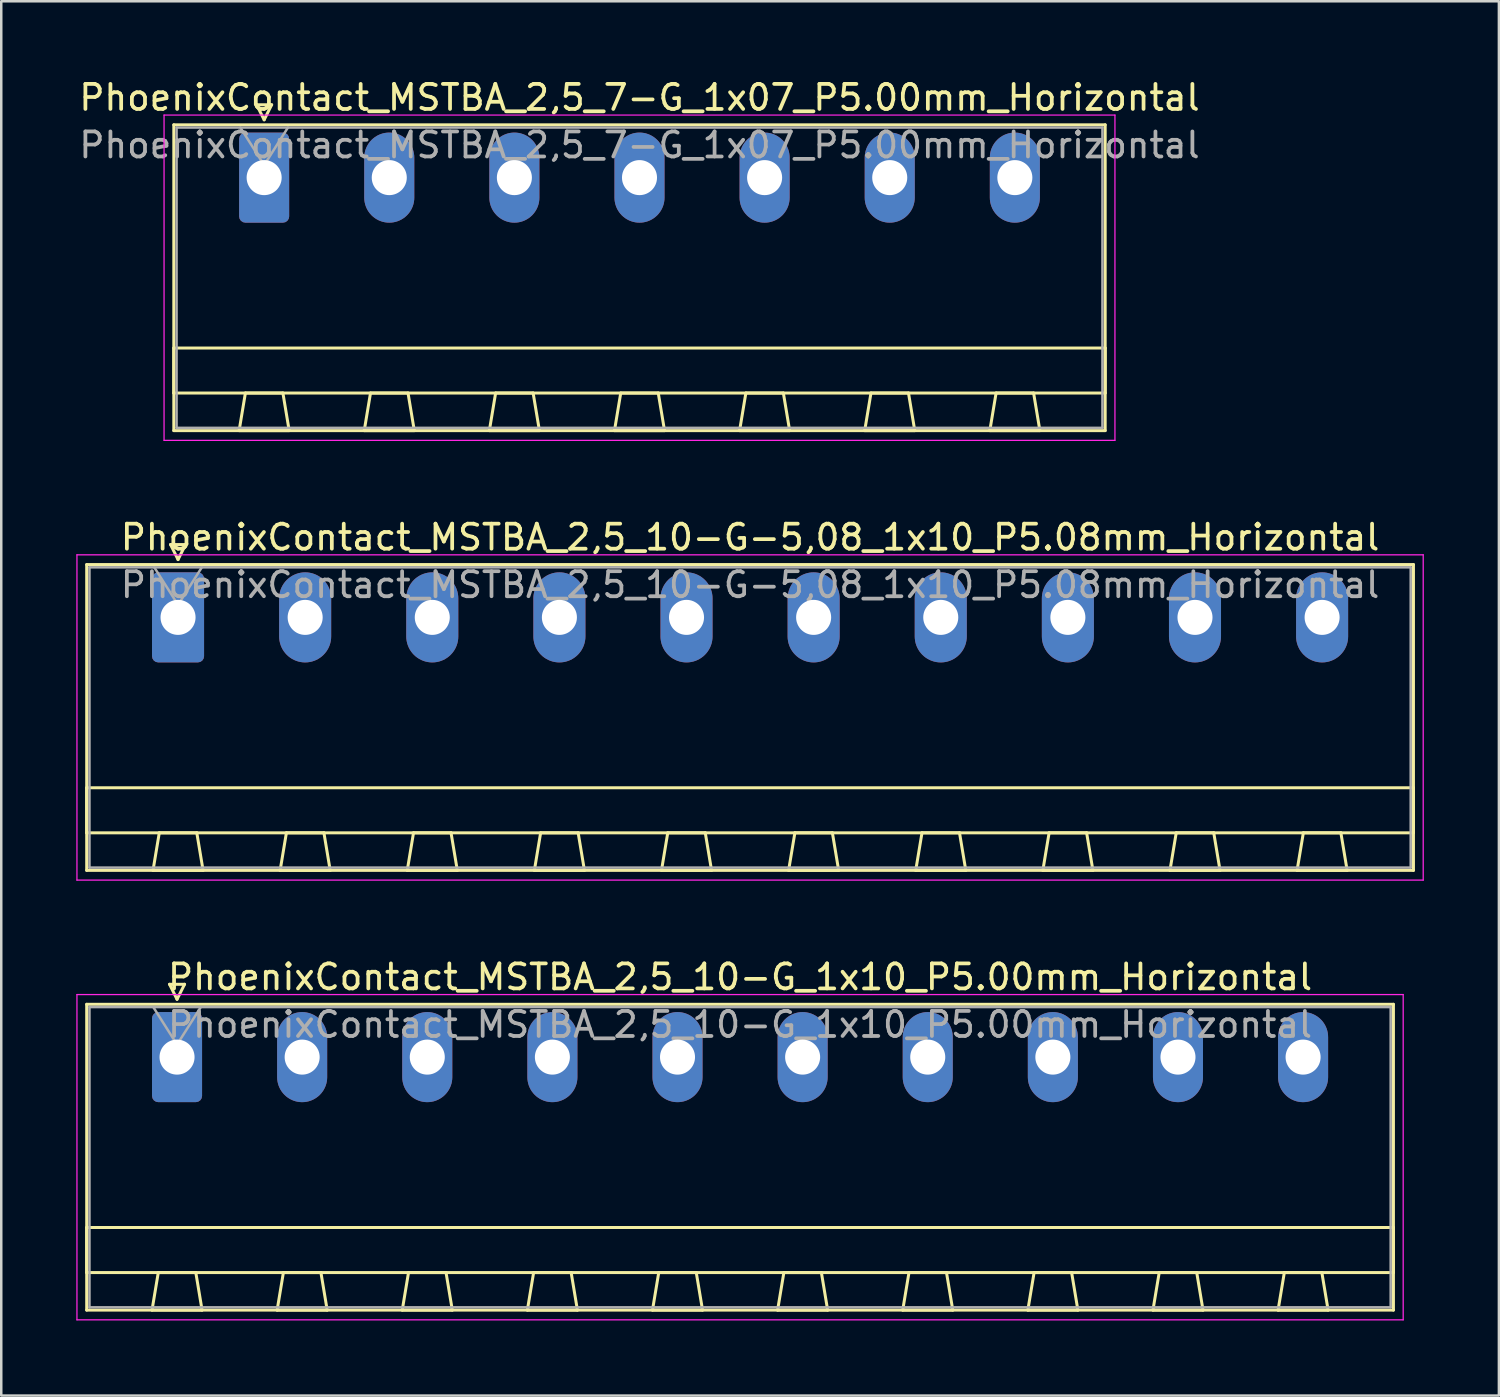
<source format=kicad_pcb>
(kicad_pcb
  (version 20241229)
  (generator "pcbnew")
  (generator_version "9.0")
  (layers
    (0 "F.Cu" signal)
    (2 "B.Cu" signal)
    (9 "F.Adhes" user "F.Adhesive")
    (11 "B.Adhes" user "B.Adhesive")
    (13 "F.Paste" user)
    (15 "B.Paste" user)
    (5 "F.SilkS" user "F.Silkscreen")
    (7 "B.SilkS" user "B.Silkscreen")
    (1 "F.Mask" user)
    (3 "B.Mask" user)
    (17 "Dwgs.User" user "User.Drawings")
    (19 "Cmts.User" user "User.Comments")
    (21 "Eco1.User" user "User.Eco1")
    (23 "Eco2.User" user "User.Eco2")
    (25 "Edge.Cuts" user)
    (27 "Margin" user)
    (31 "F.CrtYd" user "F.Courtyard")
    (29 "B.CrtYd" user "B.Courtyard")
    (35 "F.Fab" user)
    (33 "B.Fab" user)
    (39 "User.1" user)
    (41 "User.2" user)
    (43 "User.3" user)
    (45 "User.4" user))
  (footprint "PhoenixContact_MSTBA_2,5_7-G_1x07_P5.00mm_Horizontal"
    (layer "F.Cu")
    (at 7.506 4.048)
    (property "Reference" "PhoenixContact_MSTBA_2,5_7-G_1x07_P5.00mm_Horizontal" (at 15 -3.2 0) (layer "F.SilkS") (effects (font (size 1 1) (thickness 0.15))))
    (attr through_hole)
    (fp_line (start -3.61 -2.11) (end -3.61 10.11) (stroke (width 0.12) (type solid)) (layer "F.SilkS"))
    (fp_line (start -3.61 6.81) (end 33.61 6.81) (stroke (width 0.12) (type solid)) (layer "F.SilkS"))
    (fp_line (start -3.61 8.61) (end -3.61 6.81) (stroke (width 0.12) (type solid)) (layer "F.SilkS"))
    (fp_line (start -3.61 10.11) (end 33.61 10.11) (stroke (width 0.12) (type solid)) (layer "F.SilkS"))
    (fp_line (start -1 10.11) (end 1 10.11) (stroke (width 0.12) (type solid)) (layer "F.SilkS"))
    (fp_line (start -0.75 8.61) (end -1 10.11) (stroke (width 0.12) (type solid)) (layer "F.SilkS"))
    (fp_line (start -0.3 -2.91) (end 0.3 -2.91) (stroke (width 0.12) (type solid)) (layer "F.SilkS"))
    (fp_line (start 0 -2.31) (end -0.3 -2.91) (stroke (width 0.12) (type solid)) (layer "F.SilkS"))
    (fp_line (start 0.3 -2.91) (end 0 -2.31) (stroke (width 0.12) (type solid)) (layer "F.SilkS"))
    (fp_line (start 0.75 8.61) (end -0.75 8.61) (stroke (width 0.12) (type solid)) (layer "F.SilkS"))
    (fp_line (start 1 10.11) (end 0.75 8.61) (stroke (width 0.12) (type solid)) (layer "F.SilkS"))
    (fp_line (start 4 10.11) (end 6 10.11) (stroke (width 0.12) (type solid)) (layer "F.SilkS"))
    (fp_line (start 4.25 8.61) (end 4 10.11) (stroke (width 0.12) (type solid)) (layer "F.SilkS"))
    (fp_line (start 5.75 8.61) (end 4.25 8.61) (stroke (width 0.12) (type solid)) (layer "F.SilkS"))
    (fp_line (start 6 10.11) (end 5.75 8.61) (stroke (width 0.12) (type solid)) (layer "F.SilkS"))
    (fp_line (start 9 10.11) (end 11 10.11) (stroke (width 0.12) (type solid)) (layer "F.SilkS"))
    (fp_line (start 9.25 8.61) (end 9 10.11) (stroke (width 0.12) (type solid)) (layer "F.SilkS"))
    (fp_line (start 10.75 8.61) (end 9.25 8.61) (stroke (width 0.12) (type solid)) (layer "F.SilkS"))
    (fp_line (start 11 10.11) (end 10.75 8.61) (stroke (width 0.12) (type solid)) (layer "F.SilkS"))
    (fp_line (start 14 10.11) (end 16 10.11) (stroke (width 0.12) (type solid)) (layer "F.SilkS"))
    (fp_line (start 14.25 8.61) (end 14 10.11) (stroke (width 0.12) (type solid)) (layer "F.SilkS"))
    (fp_line (start 15.75 8.61) (end 14.25 8.61) (stroke (width 0.12) (type solid)) (layer "F.SilkS"))
    (fp_line (start 16 10.11) (end 15.75 8.61) (stroke (width 0.12) (type solid)) (layer "F.SilkS"))
    (fp_line (start 19 10.11) (end 21 10.11) (stroke (width 0.12) (type solid)) (layer "F.SilkS"))
    (fp_line (start 19.25 8.61) (end 19 10.11) (stroke (width 0.12) (type solid)) (layer "F.SilkS"))
    (fp_line (start 20.75 8.61) (end 19.25 8.61) (stroke (width 0.12) (type solid)) (layer "F.SilkS"))
    (fp_line (start 21 10.11) (end 20.75 8.61) (stroke (width 0.12) (type solid)) (layer "F.SilkS"))
    (fp_line (start 24 10.11) (end 26 10.11) (stroke (width 0.12) (type solid)) (layer "F.SilkS"))
    (fp_line (start 24.25 8.61) (end 24 10.11) (stroke (width 0.12) (type solid)) (layer "F.SilkS"))
    (fp_line (start 25.75 8.61) (end 24.25 8.61) (stroke (width 0.12) (type solid)) (layer "F.SilkS"))
    (fp_line (start 26 10.11) (end 25.75 8.61) (stroke (width 0.12) (type solid)) (layer "F.SilkS"))
    (fp_line (start 29 10.11) (end 31 10.11) (stroke (width 0.12) (type solid)) (layer "F.SilkS"))
    (fp_line (start 29.25 8.61) (end 29 10.11) (stroke (width 0.12) (type solid)) (layer "F.SilkS"))
    (fp_line (start 30.75 8.61) (end 29.25 8.61) (stroke (width 0.12) (type solid)) (layer "F.SilkS"))
    (fp_line (start 31 10.11) (end 30.75 8.61) (stroke (width 0.12) (type solid)) (layer "F.SilkS"))
    (fp_line (start 33.61 -2.11) (end -3.61 -2.11) (stroke (width 0.12) (type solid)) (layer "F.SilkS"))
    (fp_line (start 33.61 6.81) (end 33.61 8.61) (stroke (width 0.12) (type solid)) (layer "F.SilkS"))
    (fp_line (start 33.61 8.61) (end -3.61 8.61) (stroke (width 0.12) (type solid)) (layer "F.SilkS"))
    (fp_line (start 33.61 10.11) (end 33.61 -2.11) (stroke (width 0.12) (type solid)) (layer "F.SilkS"))
    (fp_line (start -4 -2.5) (end -4 10.5) (stroke (width 0.05) (type solid)) (layer "F.CrtYd"))
    (fp_line (start -4 10.5) (end 34 10.5) (stroke (width 0.05) (type solid)) (layer "F.CrtYd"))
    (fp_line (start 34 -2.5) (end -4 -2.5) (stroke (width 0.05) (type solid)) (layer "F.CrtYd"))
    (fp_line (start 34 10.5) (end 34 -2.5) (stroke (width 0.05) (type solid)) (layer "F.CrtYd"))
    (fp_line (start -3.5 -2) (end -3.5 10) (stroke (width 0.1) (type solid)) (layer "F.Fab"))
    (fp_line (start -3.5 10) (end 33.5 10) (stroke (width 0.1) (type solid)) (layer "F.Fab"))
    (fp_line (start 0 -0.5) (end -0.95 -2) (stroke (width 0.1) (type solid)) (layer "F.Fab"))
    (fp_line (start 0.95 -2) (end 0 -0.5) (stroke (width 0.1) (type solid)) (layer "F.Fab"))
    (fp_line (start 33.5 -2) (end -3.5 -2) (stroke (width 0.1) (type solid)) (layer "F.Fab"))
    (fp_line (start 33.5 10) (end 33.5 -2) (stroke (width 0.1) (type solid)) (layer "F.Fab"))
    (fp_text user "${REFERENCE}" (at 15 -1.3 0) (layer "F.Fab") (effects (font (size 1 1) (thickness 0.15))))
    (pad "1" thru_hole roundrect (at 0 0) (size 2 3.6) (drill 1.4) (layers "*.Cu" "*.Mask") (roundrect_rratio 0.125))
    (pad "2" thru_hole oval (at 5 0) (size 2 3.6) (drill 1.4) (layers "*.Cu" "*.Mask"))
    (pad "3" thru_hole oval (at 10 0) (size 2 3.6) (drill 1.4) (layers "*.Cu" "*.Mask"))
    (pad "4" thru_hole oval (at 15 0) (size 2 3.6) (drill 1.4) (layers "*.Cu" "*.Mask"))
    (pad "5" thru_hole oval (at 20 0) (size 2 3.6) (drill 1.4) (layers "*.Cu" "*.Mask"))
    (pad "6" thru_hole oval (at 25 0) (size 2 3.6) (drill 1.4) (layers "*.Cu" "*.Mask"))
    (pad "7" thru_hole oval (at 30 0) (size 2 3.6) (drill 1.4) (layers "*.Cu" "*.Mask")))
  (footprint "PhoenixContact_MSTBA_2,5_10-G-5,08_1x10_P5.08mm_Horizontal"
    (layer "F.Cu")
    (at 4.065 21.622)
    (property "Reference" "PhoenixContact_MSTBA_2,5_10-G-5,08_1x10_P5.08mm_Horizontal" (at 22.86 -3.2 0) (layer "F.SilkS") (effects (font (size 1 1) (thickness 0.15))))
    (attr through_hole)
    (fp_line (start -3.65 -2.11) (end -3.65 10.11) (stroke (width 0.12) (type solid)) (layer "F.SilkS"))
    (fp_line (start -3.65 6.81) (end 49.37 6.81) (stroke (width 0.12) (type solid)) (layer "F.SilkS"))
    (fp_line (start -3.65 8.61) (end -3.65 6.81) (stroke (width 0.12) (type solid)) (layer "F.SilkS"))
    (fp_line (start -3.65 10.11) (end 49.37 10.11) (stroke (width 0.12) (type solid)) (layer "F.SilkS"))
    (fp_line (start -1 10.11) (end 1 10.11) (stroke (width 0.12) (type solid)) (layer "F.SilkS"))
    (fp_line (start -0.75 8.61) (end -1 10.11) (stroke (width 0.12) (type solid)) (layer "F.SilkS"))
    (fp_line (start -0.3 -2.91) (end 0.3 -2.91) (stroke (width 0.12) (type solid)) (layer "F.SilkS"))
    (fp_line (start 0 -2.31) (end -0.3 -2.91) (stroke (width 0.12) (type solid)) (layer "F.SilkS"))
    (fp_line (start 0.3 -2.91) (end 0 -2.31) (stroke (width 0.12) (type solid)) (layer "F.SilkS"))
    (fp_line (start 0.75 8.61) (end -0.75 8.61) (stroke (width 0.12) (type solid)) (layer "F.SilkS"))
    (fp_line (start 1 10.11) (end 0.75 8.61) (stroke (width 0.12) (type solid)) (layer "F.SilkS"))
    (fp_line (start 4.08 10.11) (end 6.08 10.11) (stroke (width 0.12) (type solid)) (layer "F.SilkS"))
    (fp_line (start 4.33 8.61) (end 4.08 10.11) (stroke (width 0.12) (type solid)) (layer "F.SilkS"))
    (fp_line (start 5.83 8.61) (end 4.33 8.61) (stroke (width 0.12) (type solid)) (layer "F.SilkS"))
    (fp_line (start 6.08 10.11) (end 5.83 8.61) (stroke (width 0.12) (type solid)) (layer "F.SilkS"))
    (fp_line (start 9.16 10.11) (end 11.16 10.11) (stroke (width 0.12) (type solid)) (layer "F.SilkS"))
    (fp_line (start 9.41 8.61) (end 9.16 10.11) (stroke (width 0.12) (type solid)) (layer "F.SilkS"))
    (fp_line (start 10.91 8.61) (end 9.41 8.61) (stroke (width 0.12) (type solid)) (layer "F.SilkS"))
    (fp_line (start 11.16 10.11) (end 10.91 8.61) (stroke (width 0.12) (type solid)) (layer "F.SilkS"))
    (fp_line (start 14.24 10.11) (end 16.24 10.11) (stroke (width 0.12) (type solid)) (layer "F.SilkS"))
    (fp_line (start 14.49 8.61) (end 14.24 10.11) (stroke (width 0.12) (type solid)) (layer "F.SilkS"))
    (fp_line (start 15.99 8.61) (end 14.49 8.61) (stroke (width 0.12) (type solid)) (layer "F.SilkS"))
    (fp_line (start 16.24 10.11) (end 15.99 8.61) (stroke (width 0.12) (type solid)) (layer "F.SilkS"))
    (fp_line (start 19.32 10.11) (end 21.32 10.11) (stroke (width 0.12) (type solid)) (layer "F.SilkS"))
    (fp_line (start 19.57 8.61) (end 19.32 10.11) (stroke (width 0.12) (type solid)) (layer "F.SilkS"))
    (fp_line (start 21.07 8.61) (end 19.57 8.61) (stroke (width 0.12) (type solid)) (layer "F.SilkS"))
    (fp_line (start 21.32 10.11) (end 21.07 8.61) (stroke (width 0.12) (type solid)) (layer "F.SilkS"))
    (fp_line (start 24.4 10.11) (end 26.4 10.11) (stroke (width 0.12) (type solid)) (layer "F.SilkS"))
    (fp_line (start 24.65 8.61) (end 24.4 10.11) (stroke (width 0.12) (type solid)) (layer "F.SilkS"))
    (fp_line (start 26.15 8.61) (end 24.65 8.61) (stroke (width 0.12) (type solid)) (layer "F.SilkS"))
    (fp_line (start 26.4 10.11) (end 26.15 8.61) (stroke (width 0.12) (type solid)) (layer "F.SilkS"))
    (fp_line (start 29.48 10.11) (end 31.48 10.11) (stroke (width 0.12) (type solid)) (layer "F.SilkS"))
    (fp_line (start 29.73 8.61) (end 29.48 10.11) (stroke (width 0.12) (type solid)) (layer "F.SilkS"))
    (fp_line (start 31.23 8.61) (end 29.73 8.61) (stroke (width 0.12) (type solid)) (layer "F.SilkS"))
    (fp_line (start 31.48 10.11) (end 31.23 8.61) (stroke (width 0.12) (type solid)) (layer "F.SilkS"))
    (fp_line (start 34.56 10.11) (end 36.56 10.11) (stroke (width 0.12) (type solid)) (layer "F.SilkS"))
    (fp_line (start 34.81 8.61) (end 34.56 10.11) (stroke (width 0.12) (type solid)) (layer "F.SilkS"))
    (fp_line (start 36.31 8.61) (end 34.81 8.61) (stroke (width 0.12) (type solid)) (layer "F.SilkS"))
    (fp_line (start 36.56 10.11) (end 36.31 8.61) (stroke (width 0.12) (type solid)) (layer "F.SilkS"))
    (fp_line (start 39.64 10.11) (end 41.64 10.11) (stroke (width 0.12) (type solid)) (layer "F.SilkS"))
    (fp_line (start 39.89 8.61) (end 39.64 10.11) (stroke (width 0.12) (type solid)) (layer "F.SilkS"))
    (fp_line (start 41.39 8.61) (end 39.89 8.61) (stroke (width 0.12) (type solid)) (layer "F.SilkS"))
    (fp_line (start 41.64 10.11) (end 41.39 8.61) (stroke (width 0.12) (type solid)) (layer "F.SilkS"))
    (fp_line (start 44.72 10.11) (end 46.72 10.11) (stroke (width 0.12) (type solid)) (layer "F.SilkS"))
    (fp_line (start 44.97 8.61) (end 44.72 10.11) (stroke (width 0.12) (type solid)) (layer "F.SilkS"))
    (fp_line (start 46.47 8.61) (end 44.97 8.61) (stroke (width 0.12) (type solid)) (layer "F.SilkS"))
    (fp_line (start 46.72 10.11) (end 46.47 8.61) (stroke (width 0.12) (type solid)) (layer "F.SilkS"))
    (fp_line (start 49.37 -2.11) (end -3.65 -2.11) (stroke (width 0.12) (type solid)) (layer "F.SilkS"))
    (fp_line (start 49.37 6.81) (end 49.37 8.61) (stroke (width 0.12) (type solid)) (layer "F.SilkS"))
    (fp_line (start 49.37 8.61) (end -3.65 8.61) (stroke (width 0.12) (type solid)) (layer "F.SilkS"))
    (fp_line (start 49.37 10.11) (end 49.37 -2.11) (stroke (width 0.12) (type solid)) (layer "F.SilkS"))
    (fp_line (start -4.04 -2.5) (end -4.04 10.5) (stroke (width 0.05) (type solid)) (layer "F.CrtYd"))
    (fp_line (start -4.04 10.5) (end 49.76 10.5) (stroke (width 0.05) (type solid)) (layer "F.CrtYd"))
    (fp_line (start 49.76 -2.5) (end -4.04 -2.5) (stroke (width 0.05) (type solid)) (layer "F.CrtYd"))
    (fp_line (start 49.76 10.5) (end 49.76 -2.5) (stroke (width 0.05) (type solid)) (layer "F.CrtYd"))
    (fp_line (start -3.54 -2) (end -3.54 10) (stroke (width 0.1) (type solid)) (layer "F.Fab"))
    (fp_line (start -3.54 10) (end 49.26 10) (stroke (width 0.1) (type solid)) (layer "F.Fab"))
    (fp_line (start 0 -0.5) (end -0.95 -2) (stroke (width 0.1) (type solid)) (layer "F.Fab"))
    (fp_line (start 0.95 -2) (end 0 -0.5) (stroke (width 0.1) (type solid)) (layer "F.Fab"))
    (fp_line (start 49.26 -2) (end -3.54 -2) (stroke (width 0.1) (type solid)) (layer "F.Fab"))
    (fp_line (start 49.26 10) (end 49.26 -2) (stroke (width 0.1) (type solid)) (layer "F.Fab"))
    (fp_text user "${REFERENCE}" (at 22.86 -1.3 0) (layer "F.Fab") (effects (font (size 1 1) (thickness 0.15))))
    (pad "1" thru_hole roundrect (at 0 0) (size 2.08 3.6) (drill 1.4) (layers "*.Cu" "*.Mask") (roundrect_rratio 0.12))
    (pad "2" thru_hole oval (at 5.08 0) (size 2.08 3.6) (drill 1.4) (layers "*.Cu" "*.Mask"))
    (pad "3" thru_hole oval (at 10.16 0) (size 2.08 3.6) (drill 1.4) (layers "*.Cu" "*.Mask"))
    (pad "4" thru_hole oval (at 15.24 0) (size 2.08 3.6) (drill 1.4) (layers "*.Cu" "*.Mask"))
    (pad "5" thru_hole oval (at 20.32 0) (size 2.08 3.6) (drill 1.4) (layers "*.Cu" "*.Mask"))
    (pad "6" thru_hole oval (at 25.4 0) (size 2.08 3.6) (drill 1.4) (layers "*.Cu" "*.Mask"))
    (pad "7" thru_hole oval (at 30.48 0) (size 2.08 3.6) (drill 1.4) (layers "*.Cu" "*.Mask"))
    (pad "8" thru_hole oval (at 35.56 0) (size 2.08 3.6) (drill 1.4) (layers "*.Cu" "*.Mask"))
    (pad "9" thru_hole oval (at 40.64 0) (size 2.08 3.6) (drill 1.4) (layers "*.Cu" "*.Mask"))
    (pad "10" thru_hole oval (at 45.72 0) (size 2.08 3.6) (drill 1.4) (layers "*.Cu" "*.Mask")))
  (footprint "PhoenixContact_MSTBA_2,5_10-G_1x10_P5.00mm_Horizontal"
    (layer "F.Cu")
    (at 4.025 39.195)
    (property "Reference" "PhoenixContact_MSTBA_2,5_10-G_1x10_P5.00mm_Horizontal" (at 22.5 -3.2 0) (layer "F.SilkS") (effects (font (size 1 1) (thickness 0.15))))
    (attr through_hole)
    (fp_line (start -3.61 -2.11) (end -3.61 10.11) (stroke (width 0.12) (type solid)) (layer "F.SilkS"))
    (fp_line (start -3.61 6.81) (end 48.61 6.81) (stroke (width 0.12) (type solid)) (layer "F.SilkS"))
    (fp_line (start -3.61 8.61) (end -3.61 6.81) (stroke (width 0.12) (type solid)) (layer "F.SilkS"))
    (fp_line (start -3.61 10.11) (end 48.61 10.11) (stroke (width 0.12) (type solid)) (layer "F.SilkS"))
    (fp_line (start -1 10.11) (end 1 10.11) (stroke (width 0.12) (type solid)) (layer "F.SilkS"))
    (fp_line (start -0.75 8.61) (end -1 10.11) (stroke (width 0.12) (type solid)) (layer "F.SilkS"))
    (fp_line (start -0.3 -2.91) (end 0.3 -2.91) (stroke (width 0.12) (type solid)) (layer "F.SilkS"))
    (fp_line (start 0 -2.31) (end -0.3 -2.91) (stroke (width 0.12) (type solid)) (layer "F.SilkS"))
    (fp_line (start 0.3 -2.91) (end 0 -2.31) (stroke (width 0.12) (type solid)) (layer "F.SilkS"))
    (fp_line (start 0.75 8.61) (end -0.75 8.61) (stroke (width 0.12) (type solid)) (layer "F.SilkS"))
    (fp_line (start 1 10.11) (end 0.75 8.61) (stroke (width 0.12) (type solid)) (layer "F.SilkS"))
    (fp_line (start 4 10.11) (end 6 10.11) (stroke (width 0.12) (type solid)) (layer "F.SilkS"))
    (fp_line (start 4.25 8.61) (end 4 10.11) (stroke (width 0.12) (type solid)) (layer "F.SilkS"))
    (fp_line (start 5.75 8.61) (end 4.25 8.61) (stroke (width 0.12) (type solid)) (layer "F.SilkS"))
    (fp_line (start 6 10.11) (end 5.75 8.61) (stroke (width 0.12) (type solid)) (layer "F.SilkS"))
    (fp_line (start 9 10.11) (end 11 10.11) (stroke (width 0.12) (type solid)) (layer "F.SilkS"))
    (fp_line (start 9.25 8.61) (end 9 10.11) (stroke (width 0.12) (type solid)) (layer "F.SilkS"))
    (fp_line (start 10.75 8.61) (end 9.25 8.61) (stroke (width 0.12) (type solid)) (layer "F.SilkS"))
    (fp_line (start 11 10.11) (end 10.75 8.61) (stroke (width 0.12) (type solid)) (layer "F.SilkS"))
    (fp_line (start 14 10.11) (end 16 10.11) (stroke (width 0.12) (type solid)) (layer "F.SilkS"))
    (fp_line (start 14.25 8.61) (end 14 10.11) (stroke (width 0.12) (type solid)) (layer "F.SilkS"))
    (fp_line (start 15.75 8.61) (end 14.25 8.61) (stroke (width 0.12) (type solid)) (layer "F.SilkS"))
    (fp_line (start 16 10.11) (end 15.75 8.61) (stroke (width 0.12) (type solid)) (layer "F.SilkS"))
    (fp_line (start 19 10.11) (end 21 10.11) (stroke (width 0.12) (type solid)) (layer "F.SilkS"))
    (fp_line (start 19.25 8.61) (end 19 10.11) (stroke (width 0.12) (type solid)) (layer "F.SilkS"))
    (fp_line (start 20.75 8.61) (end 19.25 8.61) (stroke (width 0.12) (type solid)) (layer "F.SilkS"))
    (fp_line (start 21 10.11) (end 20.75 8.61) (stroke (width 0.12) (type solid)) (layer "F.SilkS"))
    (fp_line (start 24 10.11) (end 26 10.11) (stroke (width 0.12) (type solid)) (layer "F.SilkS"))
    (fp_line (start 24.25 8.61) (end 24 10.11) (stroke (width 0.12) (type solid)) (layer "F.SilkS"))
    (fp_line (start 25.75 8.61) (end 24.25 8.61) (stroke (width 0.12) (type solid)) (layer "F.SilkS"))
    (fp_line (start 26 10.11) (end 25.75 8.61) (stroke (width 0.12) (type solid)) (layer "F.SilkS"))
    (fp_line (start 29 10.11) (end 31 10.11) (stroke (width 0.12) (type solid)) (layer "F.SilkS"))
    (fp_line (start 29.25 8.61) (end 29 10.11) (stroke (width 0.12) (type solid)) (layer "F.SilkS"))
    (fp_line (start 30.75 8.61) (end 29.25 8.61) (stroke (width 0.12) (type solid)) (layer "F.SilkS"))
    (fp_line (start 31 10.11) (end 30.75 8.61) (stroke (width 0.12) (type solid)) (layer "F.SilkS"))
    (fp_line (start 34 10.11) (end 36 10.11) (stroke (width 0.12) (type solid)) (layer "F.SilkS"))
    (fp_line (start 34.25 8.61) (end 34 10.11) (stroke (width 0.12) (type solid)) (layer "F.SilkS"))
    (fp_line (start 35.75 8.61) (end 34.25 8.61) (stroke (width 0.12) (type solid)) (layer "F.SilkS"))
    (fp_line (start 36 10.11) (end 35.75 8.61) (stroke (width 0.12) (type solid)) (layer "F.SilkS"))
    (fp_line (start 39 10.11) (end 41 10.11) (stroke (width 0.12) (type solid)) (layer "F.SilkS"))
    (fp_line (start 39.25 8.61) (end 39 10.11) (stroke (width 0.12) (type solid)) (layer "F.SilkS"))
    (fp_line (start 40.75 8.61) (end 39.25 8.61) (stroke (width 0.12) (type solid)) (layer "F.SilkS"))
    (fp_line (start 41 10.11) (end 40.75 8.61) (stroke (width 0.12) (type solid)) (layer "F.SilkS"))
    (fp_line (start 44 10.11) (end 46 10.11) (stroke (width 0.12) (type solid)) (layer "F.SilkS"))
    (fp_line (start 44.25 8.61) (end 44 10.11) (stroke (width 0.12) (type solid)) (layer "F.SilkS"))
    (fp_line (start 45.75 8.61) (end 44.25 8.61) (stroke (width 0.12) (type solid)) (layer "F.SilkS"))
    (fp_line (start 46 10.11) (end 45.75 8.61) (stroke (width 0.12) (type solid)) (layer "F.SilkS"))
    (fp_line (start 48.61 -2.11) (end -3.61 -2.11) (stroke (width 0.12) (type solid)) (layer "F.SilkS"))
    (fp_line (start 48.61 6.81) (end 48.61 8.61) (stroke (width 0.12) (type solid)) (layer "F.SilkS"))
    (fp_line (start 48.61 8.61) (end -3.61 8.61) (stroke (width 0.12) (type solid)) (layer "F.SilkS"))
    (fp_line (start 48.61 10.11) (end 48.61 -2.11) (stroke (width 0.12) (type solid)) (layer "F.SilkS"))
    (fp_line (start -4 -2.5) (end -4 10.5) (stroke (width 0.05) (type solid)) (layer "F.CrtYd"))
    (fp_line (start -4 10.5) (end 49 10.5) (stroke (width 0.05) (type solid)) (layer "F.CrtYd"))
    (fp_line (start 49 -2.5) (end -4 -2.5) (stroke (width 0.05) (type solid)) (layer "F.CrtYd"))
    (fp_line (start 49 10.5) (end 49 -2.5) (stroke (width 0.05) (type solid)) (layer "F.CrtYd"))
    (fp_line (start -3.5 -2) (end -3.5 10) (stroke (width 0.1) (type solid)) (layer "F.Fab"))
    (fp_line (start -3.5 10) (end 48.5 10) (stroke (width 0.1) (type solid)) (layer "F.Fab"))
    (fp_line (start 0 -0.5) (end -0.95 -2) (stroke (width 0.1) (type solid)) (layer "F.Fab"))
    (fp_line (start 0.95 -2) (end 0 -0.5) (stroke (width 0.1) (type solid)) (layer "F.Fab"))
    (fp_line (start 48.5 -2) (end -3.5 -2) (stroke (width 0.1) (type solid)) (layer "F.Fab"))
    (fp_line (start 48.5 10) (end 48.5 -2) (stroke (width 0.1) (type solid)) (layer "F.Fab"))
    (fp_text user "${REFERENCE}" (at 22.5 -1.3 0) (layer "F.Fab") (effects (font (size 1 1) (thickness 0.15))))
    (pad "1" thru_hole roundrect (at 0 0) (size 2 3.6) (drill 1.4) (layers "*.Cu" "*.Mask") (roundrect_rratio 0.125))
    (pad "2" thru_hole oval (at 5 0) (size 2 3.6) (drill 1.4) (layers "*.Cu" "*.Mask"))
    (pad "3" thru_hole oval (at 10 0) (size 2 3.6) (drill 1.4) (layers "*.Cu" "*.Mask"))
    (pad "4" thru_hole oval (at 15 0) (size 2 3.6) (drill 1.4) (layers "*.Cu" "*.Mask"))
    (pad "5" thru_hole oval (at 20 0) (size 2 3.6) (drill 1.4) (layers "*.Cu" "*.Mask"))
    (pad "6" thru_hole oval (at 25 0) (size 2 3.6) (drill 1.4) (layers "*.Cu" "*.Mask"))
    (pad "7" thru_hole oval (at 30 0) (size 2 3.6) (drill 1.4) (layers "*.Cu" "*.Mask"))
    (pad "8" thru_hole oval (at 35 0) (size 2 3.6) (drill 1.4) (layers "*.Cu" "*.Mask"))
    (pad "9" thru_hole oval (at 40 0) (size 2 3.6) (drill 1.4) (layers "*.Cu" "*.Mask"))
    (pad "10" thru_hole oval (at 45 0) (size 2 3.6) (drill 1.4) (layers "*.Cu" "*.Mask")))
  (gr_rect
    (start -3 -3)
    (end 56.85 52.72)
    (stroke (width 0.1) (type default))
    (fill no)
    (layer "Edge.Cuts")))
</source>
